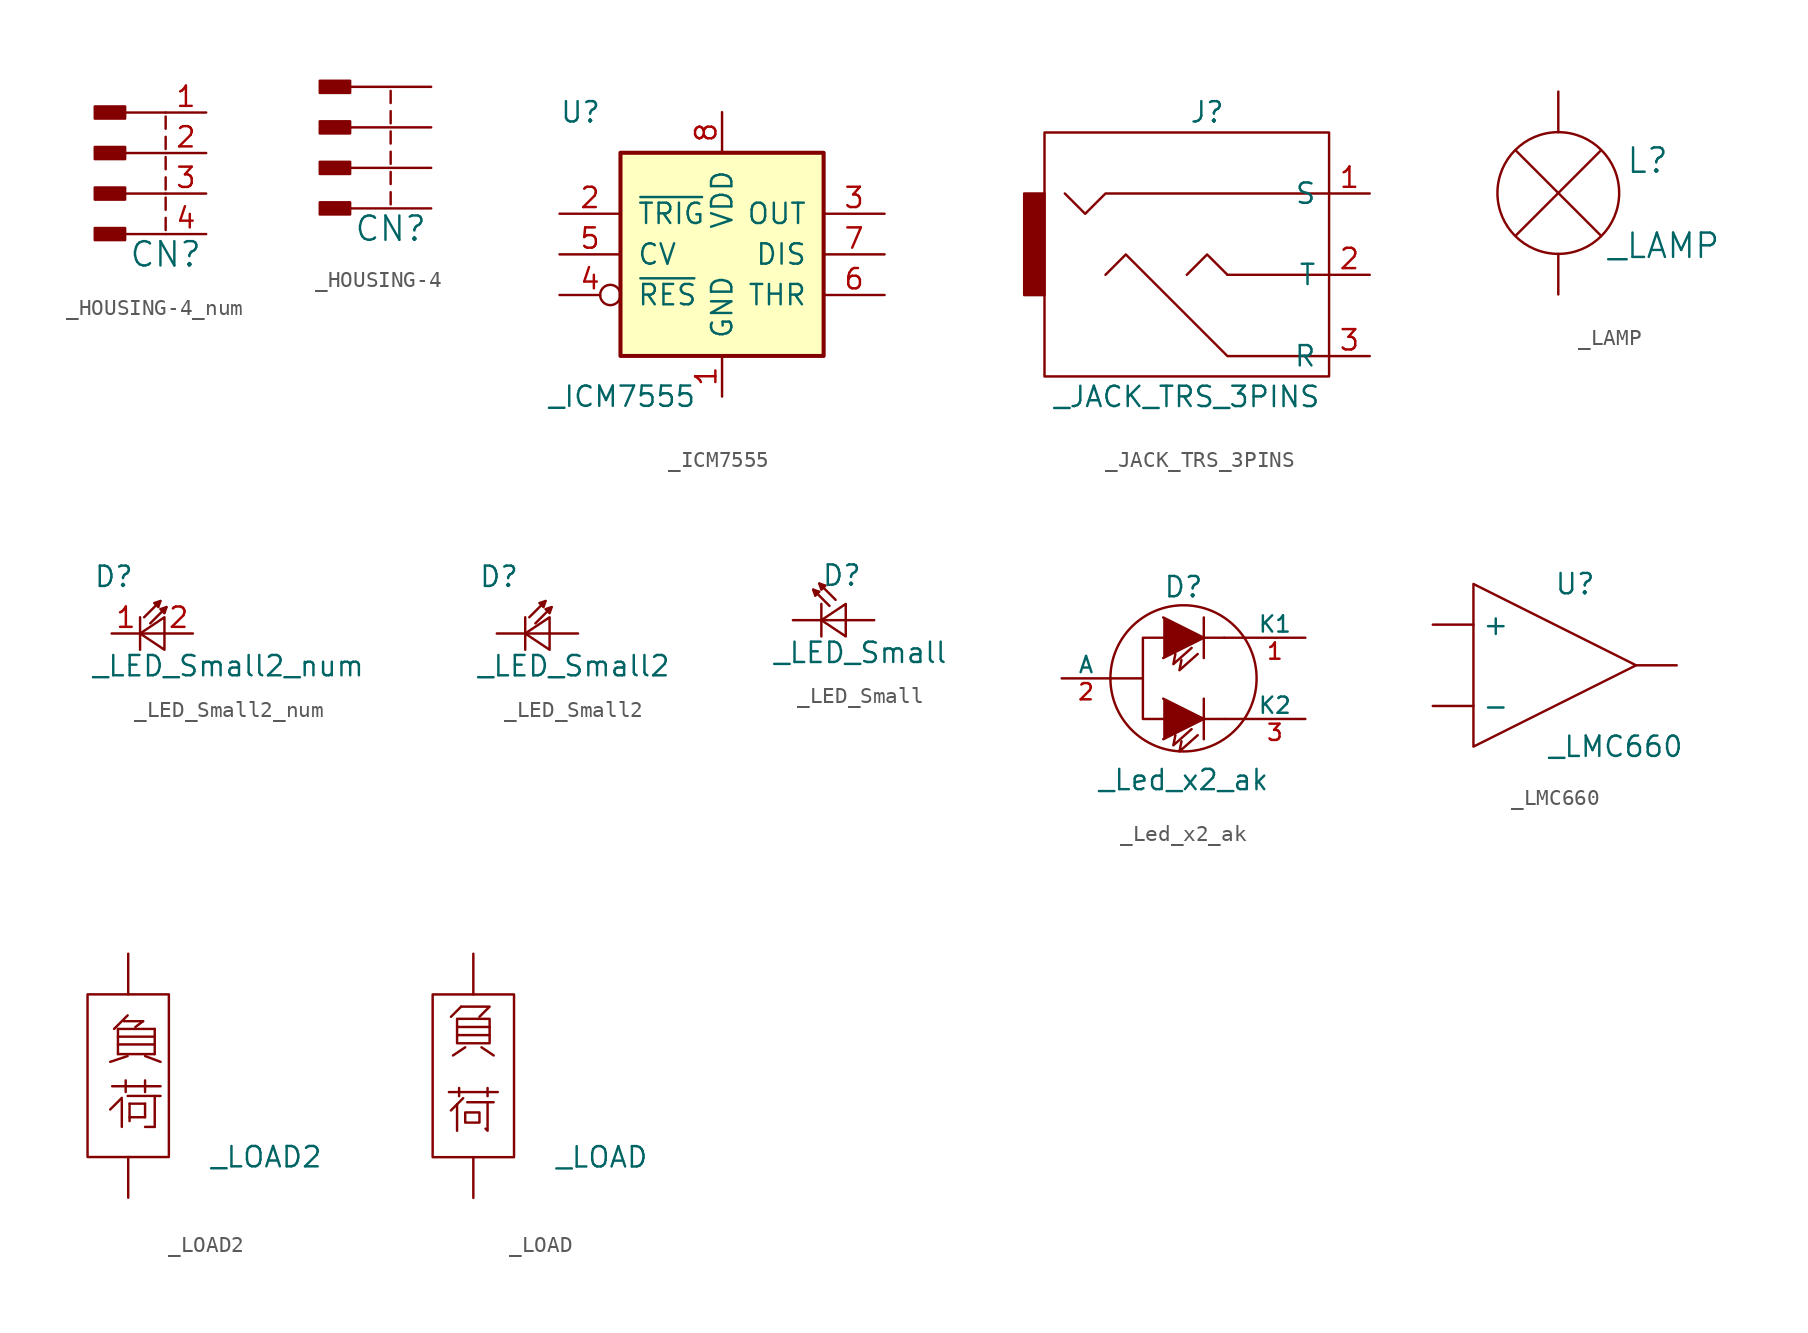
<source format=kicad_sym>
(kicad_symbol_lib
  (version 20220914)
  (generator kicad_symbol_editor)
  (symbol "_HOUSING-4_num"
    (pin_names
      (offset 0.025) hide)
    (property "Reference" "CN"
      (at 0 -5.08 0)
      (effects (font (size 1.524 1.524))))
    (property "Footprint" ""
      (at 1.905 1.27 0)
      (effects (font (size 1.524 1.524))))
    (property "Datasheet" ""
      (at 1.905 1.27 0)
      (effects (font (size 1.524 1.524))))
    (symbol "_HOUSING-4_num_0_1"
      (rectangle (start -2.54 -3.429) (end -4.445 -4.191) (stroke (width 0) (type solid)) (fill (type outline)))
      (rectangle (start -2.54 -0.889) (end -4.445 -1.651) (stroke (width 0) (type solid)) (fill (type outline)))
      (rectangle (start -2.54 1.651) (end -4.445 0.889) (stroke (width 0) (type solid)) (fill (type outline)))
      (rectangle (start -2.54 4.191) (end -4.445 3.429) (stroke (width 0) (type solid)) (fill (type outline)))
      (polyline (pts (xy -2.54 -3.81) (xy 0 -3.81)) (stroke (width 0) (type solid)) (fill (type none)))
      (polyline (pts (xy -2.54 1.27) (xy 0 1.27)) (stroke (width 0) (type solid)) (fill (type none)))
      (polyline (pts (xy 0 -2.794) (xy 0 -3.556)) (stroke (width 0) (type solid)) (fill (type none)))
      (polyline (pts (xy 0 -1.524) (xy 0 -2.286)) (stroke (width 0) (type solid)) (fill (type none)))
      (polyline (pts (xy 0 -1.27) (xy -2.54 -1.27)) (stroke (width 0) (type solid)) (fill (type none)))
      (polyline (pts (xy 0 -0.254) (xy 0 -1.016)) (stroke (width 0) (type solid)) (fill (type none)))
      (polyline (pts (xy 0 1.016) (xy 0 0.254)) (stroke (width 0) (type solid)) (fill (type none)))
      (polyline (pts (xy 0 2.286) (xy 0 1.524)) (stroke (width 0) (type solid)) (fill (type none)))
      (polyline (pts (xy 0 3.556) (xy 0 2.794)) (stroke (width 0) (type solid)) (fill (type none)))
      (polyline (pts (xy 0 3.81) (xy -2.54 3.81)) (stroke (width 0) (type solid)) (fill (type none))))
    (symbol "_HOUSING-4_num_1_1"
      (pin bidirectional line (at 2.54 3.81 180) (length 2.54) (name "~" (effects (font (size 1.27 1.27)))) (number "1" (effects (font (size 1.27 1.27)))))
      (pin bidirectional line (at 2.54 1.27 180) (length 2.54) (name "~" (effects (font (size 1.27 1.27)))) (number "2" (effects (font (size 1.27 1.27)))))
      (pin bidirectional line (at 2.54 -1.27 180) (length 2.54) (name "~" (effects (font (size 1.27 1.27)))) (number "3" (effects (font (size 1.27 1.27)))))
      (pin bidirectional line (at 2.54 -3.81 180) (length 2.54) (name "~" (effects (font (size 1.27 1.27)))) (number "4" (effects (font (size 1.27 1.27)))))))
  (symbol "_HOUSING-4"
    (pin_numbers hide)
    (pin_names
      (offset 0) hide)
    (property "Reference" "CN"
      (at 0 -5.08 0)
      (effects (font (size 1.524 1.524))))
    (property "Footprint" ""
      (at 1.905 1.27 0)
      (effects (font (size 1.524 1.524))))
    (property "Datasheet" ""
      (at 1.905 1.27 0)
      (effects (font (size 1.524 1.524))))
    (symbol "_HOUSING-4_0_1"
      (rectangle (start -2.54 -3.429) (end -4.445 -4.191) (stroke (width 0) (type solid)) (fill (type outline)))
      (rectangle (start -2.54 -0.889) (end -4.445 -1.651) (stroke (width 0) (type solid)) (fill (type outline)))
      (rectangle (start -2.54 1.651) (end -4.445 0.889) (stroke (width 0) (type solid)) (fill (type outline)))
      (rectangle (start -2.54 4.191) (end -4.445 3.429) (stroke (width 0) (type solid)) (fill (type outline)))
      (polyline (pts (xy 0 -2.794) (xy 0 -3.556)) (stroke (width 0) (type solid)) (fill (type none)))
      (polyline (pts (xy 0 -1.524) (xy 0 -2.286)) (stroke (width 0) (type solid)) (fill (type none)))
      (polyline (pts (xy 0 -0.254) (xy 0 -1.016)) (stroke (width 0) (type solid)) (fill (type none)))
      (polyline (pts (xy 0 1.016) (xy 0 0.254)) (stroke (width 0) (type solid)) (fill (type none)))
      (polyline (pts (xy 0 2.286) (xy 0 1.524)) (stroke (width 0) (type solid)) (fill (type none)))
      (polyline (pts (xy 0 3.556) (xy 0 2.794)) (stroke (width 0) (type solid)) (fill (type none))))
    (symbol "_HOUSING-4_1_1"
      (pin bidirectional line (at 2.54 3.81 180) (length 5.08) (name "~" (effects (font (size 1.27 1.27)))) (number "1" (effects (font (size 1.27 1.27)))))
      (pin bidirectional line (at 2.54 1.27 180) (length 5.08) (name "~" (effects (font (size 1.27 1.27)))) (number "2" (effects (font (size 1.27 1.27)))))
      (pin bidirectional line (at 2.54 -1.27 180) (length 5.08) (name "~" (effects (font (size 1.27 1.27)))) (number "3" (effects (font (size 1.27 1.27)))))
      (pin bidirectional line (at 2.54 -3.81 180) (length 5.08) (name "~" (effects (font (size 1.27 1.27)))) (number "4" (effects (font (size 1.27 1.27)))))))
  (symbol "_ICM7555"
    (pin_names
      (offset 1.016))
    (property "Reference" "U"
      (at -10.16 8.89 0)
      (effects (font (size 1.27 1.27)) (justify left)))
    (property "Value" "_ICM7555"
      (at -10.922 -8.89 0)
      (effects (font (size 1.27 1.27)) (justify left)))
    (property "Footprint" ""
      (at 0 0 0)
      (effects (font (size 1.27 1.27))))
    (property "Datasheet" ""
      (at 0 0 0)
      (effects (font (size 1.27 1.27))))
    (symbol "_ICM7555_0_0"
      (pin power_in line (at 0 -8.89 90) (length 2.54) (name "GND" (effects (font (size 1.27 1.27)))) (number "1" (effects (font (size 1.27 1.27)))))
      (pin power_in line (at 0 8.89 270) (length 2.54) (name "VDD" (effects (font (size 1.27 1.27)))) (number "8" (effects (font (size 1.27 1.27))))))
    (symbol "_ICM7555_0_1"
      (rectangle (start -6.35 -6.35) (end 6.35 6.35) (stroke (width 0.254) (type solid)) (fill (type background))))
    (symbol "_ICM7555_1_1"
      (pin input line (at -10.16 2.54 0) (length 3.81) (name "~{TRIG}" (effects (font (size 1.27 1.27)))) (number "2" (effects (font (size 1.27 1.27)))))
      (pin output line (at 10.16 2.54 180) (length 3.81) (name "OUT" (effects (font (size 1.27 1.27)))) (number "3" (effects (font (size 1.27 1.27)))))
      (pin input inverted (at -10.16 -2.54 0) (length 3.81) (name "~{RES}" (effects (font (size 1.27 1.27)))) (number "4" (effects (font (size 1.27 1.27)))))
      (pin input line (at -10.16 0 0) (length 3.81) (name "CV" (effects (font (size 1.27 1.27)))) (number "5" (effects (font (size 1.27 1.27)))))
      (pin input line (at 10.16 -2.54 180) (length 3.81) (name "THR" (effects (font (size 1.27 1.27)))) (number "6" (effects (font (size 1.27 1.27)))))
      (pin input line (at 10.16 0 180) (length 3.81) (name "DIS" (effects (font (size 1.27 1.27)))) (number "7" (effects (font (size 1.27 1.27)))))))
  (symbol "_JACK_TRS_3PINS"
    (pin_names
      (offset 0.762))
    (property "Reference" "J"
      (at 0 10.16 0)
      (effects (font (size 1.27 1.27))))
    (property "Value" "_JACK_TRS_3PINS"
      (at -1.27 -7.62 0)
      (effects (font (size 1.27 1.27))))
    (property "Footprint" ""
      (at 2.54 -3.81 0)
      (effects (font (size 1.27 1.27))))
    (property "Datasheet" ""
      (at 2.54 -3.81 0)
      (effects (font (size 1.27 1.27))))
    (symbol "_JACK_TRS_3PINS_0_0"
      (polyline (pts (xy -8.89 5.08) (xy -7.62 3.81) (xy -6.35 5.08) (xy 7.62 5.08)) (stroke (width 0) (type solid)) (fill (type none)))
      (polyline (pts (xy -6.35 0) (xy -5.08 1.27) (xy 1.27 -5.08) (xy 7.62 -5.08)) (stroke (width 0) (type solid)) (fill (type none))))
    (symbol "_JACK_TRS_3PINS_0_1"
      (rectangle (start -11.43 5.08) (end -10.16 -1.27) (stroke (width 0) (type solid)) (fill (type outline)))
      (polyline (pts (xy 1.27 0) (xy 7.62 0)) (stroke (width 0) (type solid)) (fill (type none)))
      (polyline (pts (xy 1.27 0) (xy 0 1.27) (xy -1.27 0) (xy -1.27 0)) (stroke (width 0) (type solid)) (fill (type none)))
      (rectangle (start 7.62 -6.35) (end -10.16 8.89) (stroke (width 0) (type solid)) (fill (type none))))
    (symbol "_JACK_TRS_3PINS_1_1"
      (pin passive line (at 10.16 5.08 180) (length 2.54) (name "S" (effects (font (size 1.27 1.27)))) (number "1" (effects (font (size 1.27 1.27)))))
      (pin passive line (at 10.16 0 180) (length 2.54) (name "T" (effects (font (size 1.27 1.27)))) (number "2" (effects (font (size 1.27 1.27)))))
      (pin passive line (at 10.16 -5.08 180) (length 2.54) (name "R" (effects (font (size 1.27 1.27)))) (number "3" (effects (font (size 1.27 1.27)))))))
  (symbol "_LAMP"
    (pin_numbers hide)
    (pin_names
      (offset 1.016) hide)
    (property "Reference" "L"
      (at 5.588 2.032 0)
      (effects (font (size 1.524 1.524))))
    (property "Value" "_LAMP"
      (at 6.604 -3.302 0)
      (effects (font (size 1.524 1.524))))
    (property "Footprint" ""
      (at 0 0 0)
      (effects (font (size 1.524 1.524))))
    (property "Datasheet" ""
      (at 0 0 0)
      (effects (font (size 1.524 1.524))))
    (symbol "_LAMP_0_1"
      (polyline (pts (xy -2.667 2.667) (xy 2.667 -2.667)) (stroke (width 0) (type solid)) (fill (type none)))
      (polyline (pts (xy 2.667 2.667) (xy -2.667 -2.667)) (stroke (width 0) (type solid)) (fill (type none)))
      (circle (center 0 0) (radius 3.81) (stroke (width 0) (type solid)) (fill (type none))))
    (symbol "_LAMP_1_1"
      (pin input line (at 0 -6.35 90) (length 2.54) (name "~" (effects (font (size 1.27 1.27)))) (number "~" (effects (font (size 1.27 1.27)))))
      (pin input line (at 0 6.35 270) (length 2.54) (name "~" (effects (font (size 1.27 1.27)))) (number "~" (effects (font (size 1.27 1.27)))))))
  (symbol "_LED_Small2_num"
    (pin_names
      (offset 0.254) hide)
    (property "Reference" "D"
      (at -3.683 3.556 0)
      (effects (font (size 1.27 1.27)) (justify left)))
    (property "Value" "_LED_Small2_num"
      (at -3.81 -2.032 0)
      (effects (font (size 1.27 1.27)) (justify left)))
    (property "Footprint" ""
      (at 0 0 90)
      (effects (font (size 1.27 1.27))))
    (property "Datasheet" ""
      (at 0 0 90)
      (effects (font (size 1.27 1.27))))
    (symbol "_LED_Small2_num_0_1"
      (polyline (pts (xy -0.762 -1.016) (xy -0.762 1.016)) (stroke (width 0) (type solid)) (fill (type none)))
      (polyline (pts (xy -0.508 1.016) (xy 0.508 2.032)) (stroke (width 0) (type solid)) (fill (type none)))
      (polyline (pts (xy -0.127 0.635) (xy 0.889 1.651)) (stroke (width 0) (type solid)) (fill (type none)))
      (polyline (pts (xy 0.762 0) (xy -0.762 0)) (stroke (width 0) (type solid)) (fill (type none)))
      (polyline (pts (xy 0.508 2.032) (xy 0.127 1.905) (xy 0.381 1.651) (xy 0.508 2.032)) (stroke (width 0) (type solid)) (fill (type outline)))
      (polyline (pts (xy 0.762 -1.016) (xy -0.762 0) (xy 0.762 1.016) (xy 0.762 -1.016)) (stroke (width 0) (type solid)) (fill (type none)))
      (polyline (pts (xy 0.889 1.651) (xy 0.762 1.27) (xy 0.508 1.524) (xy 0.889 1.651)) (stroke (width 0) (type solid)) (fill (type outline))))
    (symbol "_LED_Small2_num_1_1"
      (pin passive line (at -2.54 0 0) (length 1.778) (name "K" (effects (font (size 1.27 1.27)))) (number "1" (effects (font (size 1.27 1.27)))))
      (pin passive line (at 2.54 0 180) (length 1.778) (name "A" (effects (font (size 1.27 1.27)))) (number "2" (effects (font (size 1.27 1.27)))))))
  (symbol "_LED_Small2"
    (pin_numbers hide)
    (pin_names
      (offset 0.254) hide)
    (property "Reference" "D"
      (at -3.683 3.556 0)
      (effects (font (size 1.27 1.27)) (justify left)))
    (property "Value" "_LED_Small2"
      (at -3.81 -2.032 0)
      (effects (font (size 1.27 1.27)) (justify left)))
    (property "Footprint" ""
      (at 0 0 90)
      (effects (font (size 1.27 1.27))))
    (property "Datasheet" ""
      (at 0 0 90)
      (effects (font (size 1.27 1.27))))
    (symbol "_LED_Small2_0_1"
      (polyline (pts (xy -0.762 -1.016) (xy -0.762 1.016)) (stroke (width 0) (type solid)) (fill (type none)))
      (polyline (pts (xy -0.508 1.016) (xy 0.508 2.032)) (stroke (width 0) (type solid)) (fill (type none)))
      (polyline (pts (xy -0.127 0.635) (xy 0.889 1.651)) (stroke (width 0) (type solid)) (fill (type none)))
      (polyline (pts (xy 0.762 0) (xy -0.762 0)) (stroke (width 0) (type solid)) (fill (type none)))
      (polyline (pts (xy 0.508 2.032) (xy 0.127 1.905) (xy 0.381 1.651) (xy 0.508 2.032)) (stroke (width 0) (type solid)) (fill (type outline)))
      (polyline (pts (xy 0.762 -1.016) (xy -0.762 0) (xy 0.762 1.016) (xy 0.762 -1.016)) (stroke (width 0) (type solid)) (fill (type none)))
      (polyline (pts (xy 0.889 1.651) (xy 0.762 1.27) (xy 0.508 1.524) (xy 0.889 1.651)) (stroke (width 0) (type solid)) (fill (type outline))))
    (symbol "_LED_Small2_1_1"
      (pin passive line (at -2.54 0 0) (length 1.778) (name "K" (effects (font (size 1.27 1.27)))) (number "1" (effects (font (size 1.27 1.27)))))
      (pin passive line (at 2.54 0 180) (length 1.778) (name "A" (effects (font (size 1.27 1.27)))) (number "2" (effects (font (size 1.27 1.27)))))))
  (symbol "_LED_Small"
    (pin_numbers hide)
    (pin_names
      (offset 0.254) hide)
    (property "Reference" "D"
      (at -0.762 2.794 0)
      (effects (font (size 1.27 1.27)) (justify left)))
    (property "Value" "_LED_Small"
      (at -3.81 -2.032 0)
      (effects (font (size 1.27 1.27)) (justify left)))
    (property "Footprint" ""
      (at 0 0 90)
      (effects (font (size 1.27 1.27))))
    (property "Datasheet" ""
      (at 0 0 90)
      (effects (font (size 1.27 1.27))))
    (symbol "_LED_Small_0_1"
      (polyline (pts (xy -1.27 1.905) (xy -0.254 0.889)) (stroke (width 0) (type solid)) (fill (type none)))
      (polyline (pts (xy -0.889 2.286) (xy 0.127 1.27)) (stroke (width 0) (type solid)) (fill (type none)))
      (polyline (pts (xy -0.762 -1.016) (xy -0.762 1.016)) (stroke (width 0) (type solid)) (fill (type none)))
      (polyline (pts (xy 0.762 0) (xy -0.762 0)) (stroke (width 0) (type solid)) (fill (type none)))
      (polyline (pts (xy -0.889 1.778) (xy -1.143 1.524) (xy -1.27 1.905) (xy -0.889 1.778)) (stroke (width 0) (type solid)) (fill (type outline)))
      (polyline (pts (xy -0.508 2.159) (xy -0.762 1.905) (xy -0.889 2.286) (xy -0.508 2.159)) (stroke (width 0) (type solid)) (fill (type outline)))
      (polyline (pts (xy 0.762 -1.016) (xy -0.762 0) (xy 0.762 1.016) (xy 0.762 -1.016)) (stroke (width 0) (type solid)) (fill (type none))))
    (symbol "_LED_Small_1_1"
      (pin passive line (at -2.54 0 0) (length 1.778) (name "K" (effects (font (size 1.27 1.27)))) (number "1" (effects (font (size 1.27 1.27)))))
      (pin passive line (at 2.54 0 180) (length 1.778) (name "A" (effects (font (size 1.27 1.27)))) (number "2" (effects (font (size 1.27 1.27)))))))
  (symbol "_Led_x2_ak"
    (pin_names
      (offset 0))
    (property "Reference" "D"
      (at 0 5.715 0)
      (effects (font (size 1.27 1.27))))
    (property "Value" "_Led_x2_ak"
      (at 0 -6.35 0)
      (effects (font (size 1.27 1.27))))
    (property "Footprint" ""
      (at 0 0 0)
      (effects (font (size 1.27 1.27))))
    (property "Datasheet" ""
      (at 0 0 0)
      (effects (font (size 1.27 1.27))))
    (symbol "_Led_x2_ak_0_1"
      (polyline (pts (xy -4.572 0) (xy -2.54 0)) (stroke (width 0) (type solid)) (fill (type none)))
      (polyline (pts (xy 1.27 -1.27) (xy 1.27 -3.81)) (stroke (width 0) (type solid)) (fill (type none)))
      (polyline (pts (xy 1.27 3.81) (xy 1.27 1.27)) (stroke (width 0) (type solid)) (fill (type none)))
      (polyline (pts (xy 3.81 -2.54) (xy 2.54 -2.54)) (stroke (width 0) (type solid)) (fill (type none)))
      (polyline (pts (xy 3.81 2.54) (xy 2.54 2.54)) (stroke (width 0) (type solid)) (fill (type none)))
      (polyline (pts (xy -1.27 -1.27) (xy 1.27 -2.54) (xy -1.27 -3.81)) (stroke (width 0) (type solid)) (fill (type outline)))
      (polyline (pts (xy -1.27 3.81) (xy 1.27 2.54) (xy -1.27 1.27)) (stroke (width 0) (type solid)) (fill (type outline)))
      (polyline (pts (xy 0.508 -3.175) (xy -0.635 -4.191) (xy -0.508 -3.556)) (stroke (width 0) (type solid)) (fill (type none)))
      (polyline (pts (xy 0.508 1.905) (xy -0.635 0.889) (xy -0.508 1.524)) (stroke (width 0) (type solid)) (fill (type none)))
      (polyline (pts (xy 0.889 -3.556) (xy -0.254 -4.572) (xy -0.127 -3.937)) (stroke (width 0) (type solid)) (fill (type none)))
      (polyline (pts (xy 0.889 1.524) (xy -0.254 0.508) (xy -0.127 1.143)) (stroke (width 0) (type solid)) (fill (type none)))
      (polyline (pts (xy 2.54 2.54) (xy -2.54 2.54) (xy -2.54 -2.54) (xy 2.54 -2.54)) (stroke (width 0) (type solid)) (fill (type none)))
      (circle (center 0 0) (radius 4.572) (stroke (width 0) (type solid)) (fill (type none))))
    (symbol "_Led_x2_ak_1_1"
      (pin input line (at 7.62 2.54 180) (length 3.81) (name "K1" (effects (font (size 1.016 1.016)))) (number "1" (effects (font (size 1.016 1.016)))))
      (pin input line (at -7.62 0 0) (length 3.048) (name "A" (effects (font (size 1.016 1.016)))) (number "2" (effects (font (size 1.016 1.016)))))
      (pin input line (at 7.62 -2.54 180) (length 3.81) (name "K2" (effects (font (size 1.016 1.016)))) (number "3" (effects (font (size 1.016 1.016)))))))
  (symbol "_LMC660"
    (pin_numbers hide)
    (property "Reference" "U"
      (at 1.27 5.08 0)
      (effects (font (size 1.27 1.27))))
    (property "Value" "_LMC660"
      (at 3.81 -5.08 0)
      (effects (font (size 1.27 1.27))))
    (property "Footprint" ""
      (at -1.27 2.54 0)
      (effects (font (size 1.27 1.27))))
    (property "Datasheet" ""
      (at 1.27 5.08 0)
      (effects (font (size 1.27 1.27))))
    (symbol "_LMC660_0_1"
      (polyline (pts (xy -5.08 5.08) (xy 5.08 0) (xy -5.08 -5.08) (xy -5.08 5.08)) (stroke (width 0.152) (type solid)) (fill (type none))))
    (symbol "_LMC660_1_1"
      (pin output line (at 7.62 0 180) (length 2.54) (name "~" (effects (font (size 1.27 1.27)))) (number "1" (effects (font (size 1.27 1.27)))))
      (pin input line (at -7.62 -2.54 0) (length 2.54) (name "-" (effects (font (size 1.27 1.27)))) (number "2" (effects (font (size 1.27 1.27)))))
      (pin input line (at -7.62 2.54 0) (length 2.54) (name "+" (effects (font (size 1.27 1.27)))) (number "3" (effects (font (size 1.27 1.27)))))))
  (symbol "_LOAD2"
    (pin_numbers hide)
    (pin_names
      (offset 0.254) hide)
    (property "Reference" "LOAD"
      (at 3.81 5.08 0)
      (effects (font (size 1.27 1.27)) (justify left) hide))
    (property "Value" "_LOAD2"
      (at 5.08 -5.08 0)
      (effects (font (size 1.27 1.27)) (justify left)))
    (property "Footprint" ""
      (at 0 0 0)
      (effects (font (size 1.27 1.27))))
    (property "Datasheet" ""
      (at 0 0 0)
      (effects (font (size 1.27 1.27))))
    (symbol "_LOAD2_0_0"
      (text "荷" (at 0.508 -2.032 0) (effects (font (size 2.54 2.54))))
      (text "負" (at 0.508 2.032 0) (effects (font (size 2.54 2.54)))))
    (symbol "_LOAD2_0_1"
      (rectangle (start -2.54 5.08) (end 2.54 -5.08) (stroke (width 0) (type solid)) (fill (type none))))
    (symbol "_LOAD2_1_1"
      (pin output line (at 0 7.62 270) (length 2.54) (name "~" (effects (font (size 1.27 1.27)))) (number "1" (effects (font (size 1.27 1.27)))))
      (pin output line (at 0 -7.62 90) (length 2.54) (name "~" (effects (font (size 1.27 1.27)))) (number "2" (effects (font (size 1.27 1.27)))))))
  (symbol "_LOAD"
    (pin_numbers hide)
    (pin_names
      (offset 0.254) hide)
    (property "Reference" "LOAD"
      (at 3.81 5.08 0)
      (effects (font (size 1.27 1.27)) (justify left) hide))
    (property "Value" "_LOAD"
      (at 5.08 -5.08 0)
      (effects (font (size 1.27 1.27)) (justify left)))
    (property "Footprint" ""
      (at 0 0 0)
      (effects (font (size 1.27 1.27))))
    (property "Datasheet" ""
      (at 0 0 0)
      (effects (font (size 1.27 1.27))))
    (symbol "_LOAD_0_1"
      (rectangle (start -2.54 5.08) (end 2.54 -5.08) (stroke (width 0) (type solid)) (fill (type none)))
      (polyline (pts (xy -1.524 -1.016) (xy 1.524 -1.016)) (stroke (width 0) (type solid)) (fill (type none)))
      (polyline (pts (xy -1.016 -1.778) (xy -1.016 -3.429)) (stroke (width 0) (type solid)) (fill (type none)))
      (polyline (pts (xy -1.016 3.048) (xy 1.016 3.048)) (stroke (width 0) (type solid)) (fill (type none)))
      (polyline (pts (xy -0.889 -0.762) (xy -0.889 -1.27)) (stroke (width 0) (type solid)) (fill (type none)))
      (polyline (pts (xy -0.762 4.318) (xy -1.397 3.683)) (stroke (width 0) (type solid)) (fill (type none)))
      (polyline (pts (xy -0.635 -1.397) (xy -1.397 -2.159)) (stroke (width 0) (type solid)) (fill (type none)))
      (polyline (pts (xy -0.508 1.778) (xy -1.27 1.27)) (stroke (width 0) (type solid)) (fill (type none)))
      (polyline (pts (xy -0.381 -1.651) (xy 1.27 -1.651)) (stroke (width 0) (type solid)) (fill (type none)))
      (polyline (pts (xy 0.508 1.778) (xy 1.27 1.27)) (stroke (width 0) (type solid)) (fill (type none)))
      (polyline (pts (xy 0.889 -1.27) (xy 0.889 -0.762)) (stroke (width 0) (type solid)) (fill (type none)))
      (polyline (pts (xy 1.016 2.54) (xy -1.016 2.54)) (stroke (width 0) (type solid)) (fill (type none)))
      (polyline (pts (xy -0.762 4.318) (xy 1.016 4.318) (xy 0.381 3.683)) (stroke (width 0) (type solid)) (fill (type none)))
      (polyline (pts (xy 0.889 -1.651) (xy 0.889 -3.429) (xy 0.762 -3.302)) (stroke (width 0) (type solid)) (fill (type none)))
      (polyline (pts (xy -1.016 3.556) (xy 1.016 3.556) (xy 1.016 2.032) (xy -1.016 2.032) (xy -1.016 3.556)) (stroke (width 0) (type solid)) (fill (type none)))
      (polyline (pts (xy -0.508 -2.286) (xy 0.381 -2.286) (xy 0.381 -2.921) (xy -0.508 -2.921) (xy -0.508 -2.286)) (stroke (width 0) (type solid)) (fill (type none))))
    (symbol "_LOAD_1_1"
      (pin output line (at 0 7.62 270) (length 2.54) (name "~" (effects (font (size 1.27 1.27)))) (number "1" (effects (font (size 1.27 1.27)))))
      (pin output line (at 0 -7.62 90) (length 2.54) (name "~" (effects (font (size 1.27 1.27)))) (number "2" (effects (font (size 1.27 1.27))))))))
</source>
